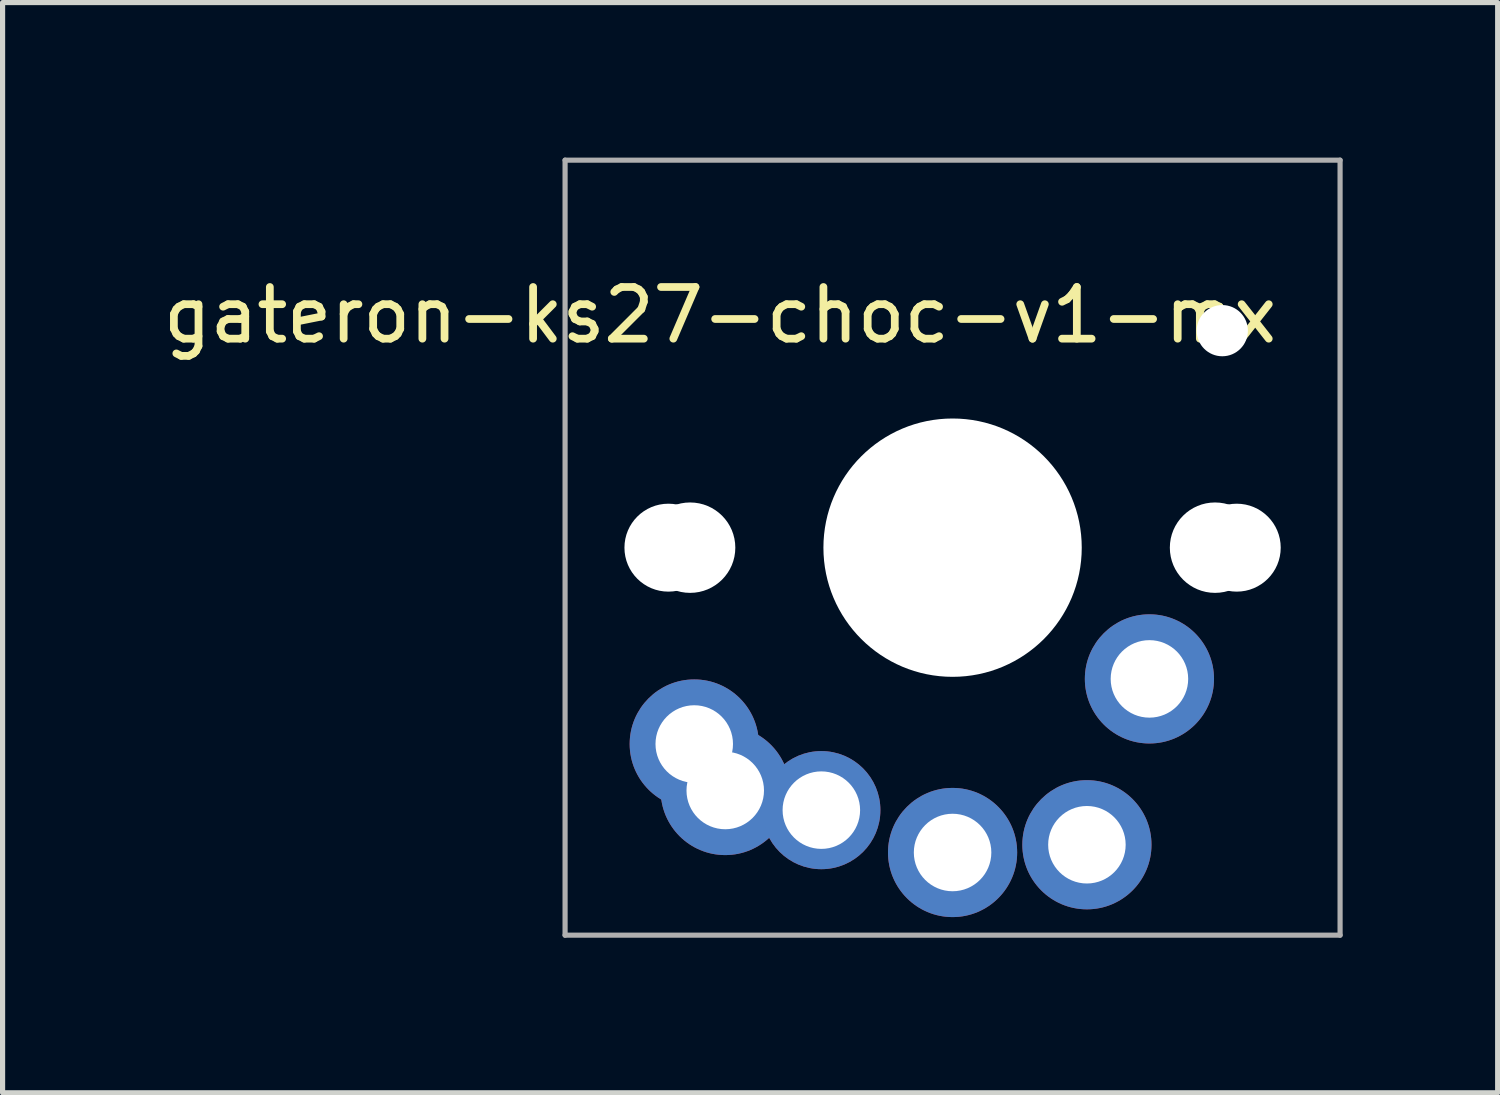
<source format=kicad_pcb>
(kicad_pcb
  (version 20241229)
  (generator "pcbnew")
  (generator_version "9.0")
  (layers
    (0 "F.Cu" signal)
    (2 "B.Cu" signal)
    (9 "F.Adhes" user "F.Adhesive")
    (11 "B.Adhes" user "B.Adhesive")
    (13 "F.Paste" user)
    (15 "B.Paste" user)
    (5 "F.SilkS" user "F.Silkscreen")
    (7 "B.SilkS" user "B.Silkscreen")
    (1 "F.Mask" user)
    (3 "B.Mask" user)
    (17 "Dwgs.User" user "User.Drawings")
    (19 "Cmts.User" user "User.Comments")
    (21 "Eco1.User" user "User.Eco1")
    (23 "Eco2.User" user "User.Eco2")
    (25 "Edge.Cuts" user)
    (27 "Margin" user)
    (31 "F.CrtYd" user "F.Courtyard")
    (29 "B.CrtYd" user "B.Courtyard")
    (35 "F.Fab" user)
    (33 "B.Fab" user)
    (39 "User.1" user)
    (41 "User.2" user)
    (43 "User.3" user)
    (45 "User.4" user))
  (footprint "gateron-ks27-choc-v1-mx"
    (layer "F.Cu")
    (at 15.387 7.55)
    (property "Reference" "gateron-ks27-choc-v1-mx" (at -4.5 -4.5 0) (unlocked yes) (layer "F.SilkS") (effects (font (size 1 1) (thickness 0.15))))
    (attr through_hole)
    (fp_line (start -7 -7) (end -7 7) (stroke (width 0.12) (type solid)) (layer "Eco2.User"))
    (fp_line (start -7 7) (end 7 7) (stroke (width 0.12) (type solid)) (layer "Eco2.User"))
    (fp_line (start -2.5 -6.3) (end -2.5 -3.1) (stroke (width 0.12) (type solid)) (layer "Eco2.User"))
    (fp_line (start 2.5 -6.3) (end -2.5 -6.3) (stroke (width 0.12) (type solid)) (layer "Eco2.User"))
    (fp_line (start 2.5 -6.3) (end 2.5 -3.1) (stroke (width 0.12) (type solid)) (layer "Eco2.User"))
    (fp_line (start 2.5 -3.1) (end -2.5 -3.1) (stroke (width 0.12) (type solid)) (layer "Eco2.User"))
    (fp_line (start 7 -7) (end -7 -7) (stroke (width 0.12) (type solid)) (layer "Eco2.User"))
    (fp_line (start 7 7) (end 7 -7) (stroke (width 0.12) (type solid)) (layer "Eco2.User"))
    (fp_line (start -7.5 -7.5) (end -7.5 7.5) (stroke (width 0.1) (type solid)) (layer "F.Fab"))
    (fp_line (start -7.5 7.5) (end 7.5 7.5) (stroke (width 0.1) (type solid)) (layer "F.Fab"))
    (fp_line (start 7.5 -7.5) (end -7.5 -7.5) (stroke (width 0.1) (type solid)) (layer "F.Fab"))
    (fp_line (start 7.5 7.5) (end 7.5 -7.5) (stroke (width 0.1) (type solid)) (layer "F.Fab"))
    (pad "" np_thru_hole circle (at -5.5 0) (size 1.702 1.702) (drill 1.702) (layers "*.Cu" "*.Mask"))
    (pad "" np_thru_hole circle (at -5.08 0 48.1) (size 1.75 1.75) (drill 1.75) (layers "*.Cu" "*.Mask"))
    (pad "" np_thru_hole circle (at 0 0) (size 5 5) (drill 5) (layers "*.Cu" "*.Mask"))
    (pad "" np_thru_hole circle (at 5.08 0 48.1) (size 1.75 1.75) (drill 1.75) (layers "*.Cu" "*.Mask"))
    (pad "" np_thru_hole circle (at 5.22 -4.2) (size 0.991 0.991) (drill 0.991) (layers "*.Cu" "*.Mask"))
    (pad "" np_thru_hole circle (at 5.5 0) (size 1.702 1.702) (drill 1.702) (layers "*.Cu" "*.Mask"))
    (pad "1" thru_hole circle (at 0 5.9) (size 2.5 2.5) (drill 1.5) (layers "*.Cu" "*.Mask"))
    (pad "1" thru_hole circle (at 2.6 5.75) (size 2.5 2.5) (drill 1.5) (layers "*.Cu" "*.Mask"))
    (pad "1" thru_hole circle (at 3.81 2.54) (size 2.5 2.5) (drill 1.5) (layers "*.Cu" "*.Mask"))
    (pad "2" thru_hole circle (at -5 3.8) (size 2.5 2.5) (drill 1.5) (layers "*.Cu" "*.Mask"))
    (pad "2" thru_hole circle (at -4.4 4.7) (size 2.5 2.5) (drill 1.5) (layers "*.Cu" "*.Mask"))
    (pad "2" thru_hole circle (at -2.54 5.08) (size 2.286 2.286) (drill 1.5) (layers "*.Cu" "*.Mask")))
  (gr_rect
    (start -3 -3)
    (end 25.937 18.1)
    (stroke (width 0.1) (type default))
    (fill no)
    (layer "Edge.Cuts")))
</source>
